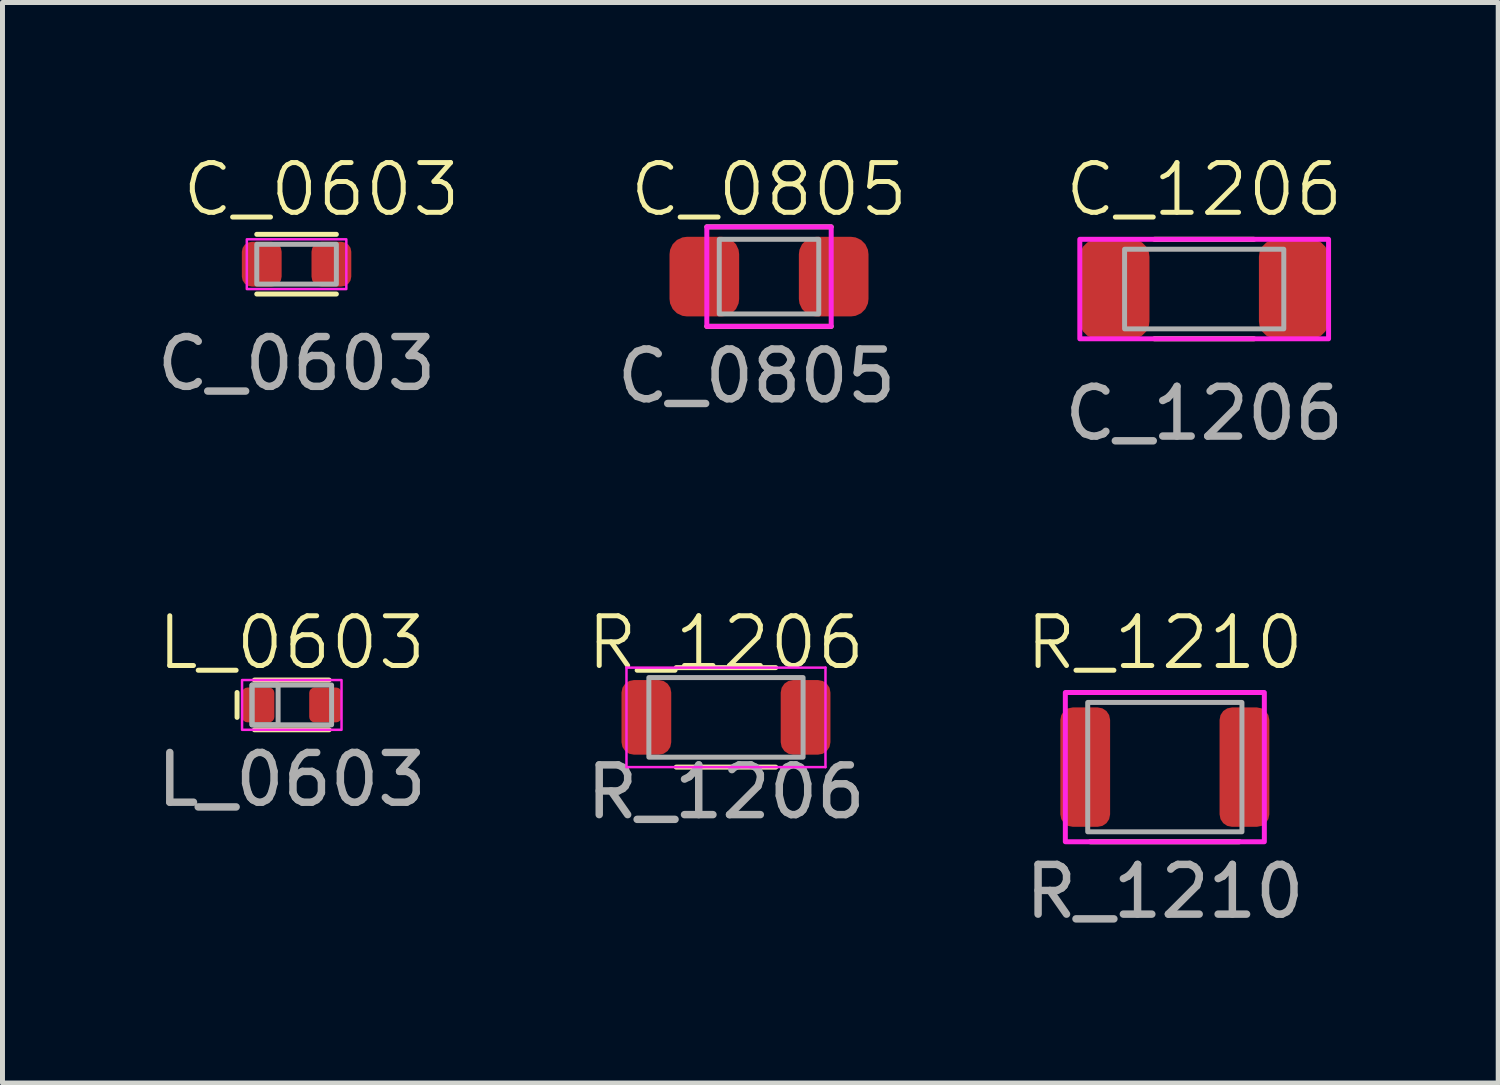
<source format=kicad_pcb>
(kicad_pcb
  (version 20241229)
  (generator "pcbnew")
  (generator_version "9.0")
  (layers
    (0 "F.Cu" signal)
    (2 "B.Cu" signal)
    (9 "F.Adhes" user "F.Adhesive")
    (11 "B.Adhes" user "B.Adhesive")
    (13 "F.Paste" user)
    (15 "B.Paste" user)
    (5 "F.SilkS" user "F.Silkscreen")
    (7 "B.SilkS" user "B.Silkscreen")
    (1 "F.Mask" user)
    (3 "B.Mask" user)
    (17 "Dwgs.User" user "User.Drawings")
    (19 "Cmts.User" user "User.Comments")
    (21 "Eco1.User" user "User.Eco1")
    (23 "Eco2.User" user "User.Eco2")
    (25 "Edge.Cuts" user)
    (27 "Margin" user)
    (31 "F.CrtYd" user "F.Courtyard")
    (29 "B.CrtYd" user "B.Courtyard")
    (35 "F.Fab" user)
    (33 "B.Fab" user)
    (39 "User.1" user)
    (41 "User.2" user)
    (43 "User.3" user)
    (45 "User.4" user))
  (footprint "C_1206"
    (layer "F.Cu")
    (at 21.154 2.76)
    (property "Reference" "C_1206" (at 0 -2 0) (unlocked yes) (layer "F.SilkS") (effects (font (size 1 1) (thickness 0.1))))
    (attr smd)
    (fp_line (start -1 -1) (end 1 -1) (stroke (width 0.1) (type default)) (layer "F.SilkS"))
    (fp_line (start -1 1) (end 1 1) (stroke (width 0.1) (type default)) (layer "F.SilkS"))
    (fp_rect (start -2.5 -1) (end 2.5 1) (stroke (width 0.1) (type default)) (fill no) (layer "F.CrtYd"))
    (fp_rect (start 1.6 -0.8) (end -1.6 0.8) (stroke (width 0.1) (type default)) (fill no) (layer "F.Fab"))
    (fp_text user "${REFERENCE}" (at 0 2.5 0) (unlocked yes) (layer "F.Fab") (effects (font (size 1 1) (thickness 0.15))))
    (pad "1" smd roundrect (at -1.8 0) (size 1.4 2) (layers "F.Cu" "F.Mask" "F.Paste") (roundrect_rratio 0.25))
    (pad "2" smd roundrect (at 1.8 0) (size 1.4 2) (layers "F.Cu" "F.Mask" "F.Paste") (roundrect_rratio 0.25)))
  (footprint "R_1206"
    (layer "F.Cu")
    (at 11.542 11.369)
    (property "Reference" "R_1206" (at 0 -1.5 0) (unlocked yes) (layer "F.SilkS") (effects (font (size 1 1) (thickness 0.1))))
    (attr smd)
    (fp_line (start -1 -1) (end 1 -1) (stroke (width 0.1) (type default)) (layer "F.SilkS"))
    (fp_line (start 1 1) (end -1 1) (stroke (width 0.1) (type default)) (layer "F.SilkS"))
    (fp_line (start -2 -1) (end -2 1) (stroke (width 0.05) (type default)) (layer "F.CrtYd"))
    (fp_line (start -2 1) (end 2 1) (stroke (width 0.05) (type default)) (layer "F.CrtYd"))
    (fp_line (start 2 -1) (end -2 -1) (stroke (width 0.05) (type default)) (layer "F.CrtYd"))
    (fp_line (start 2 1) (end 2 -1) (stroke (width 0.05) (type default)) (layer "F.CrtYd"))
    (fp_rect (start -1.55 0.8) (end 1.55 -0.8) (stroke (width 0.1) (type default)) (fill no) (layer "F.Fab"))
    (fp_text user "${REFERENCE}" (at 0 1.5 0) (unlocked yes) (layer "F.Fab") (effects (font (size 1 1) (thickness 0.15))))
    (pad "1" smd roundrect (at -1.6 0) (size 1 1.5) (layers "F.Cu" "F.Mask" "F.Paste") (roundrect_rratio 0.25))
    (pad "2" smd roundrect (at 1.6 0) (size 1 1.5) (layers "F.Cu" "F.Mask" "F.Paste") (roundrect_rratio 0.25)))
  (footprint "C_0603"
    (layer "F.Cu")
    (at 2.911 2.26)
    (property "Reference" "C_0603" (at 0.5 -1.5 0) (unlocked yes) (layer "F.SilkS") (effects (font (size 1 1) (thickness 0.1))))
    (attr smd)
    (fp_line (start -0.8 -0.6) (end 0.8 -0.6) (stroke (width 0.1) (type default)) (layer "F.SilkS"))
    (fp_line (start 0.8 0.6) (end -0.8 0.6) (stroke (width 0.1) (type default)) (layer "F.SilkS"))
    (fp_rect (start -1 -0.5) (end 1 0.5) (stroke (width 0.05) (type default)) (fill no) (layer "F.CrtYd"))
    (fp_rect (start -0.8 -0.4) (end 0.8 0.4) (stroke (width 0.1) (type default)) (fill no) (layer "F.Fab"))
    (fp_text user "${REFERENCE}" (at 0 2 0) (unlocked yes) (layer "F.Fab") (effects (font (size 1 1) (thickness 0.15))))
    (pad "1" smd roundrect (at -0.7 0) (size 0.8 0.9) (layers "F.Cu" "F.Mask" "F.Paste") (roundrect_rratio 0.25))
    (pad "2" smd roundrect (at 0.7 0) (size 0.8 0.9) (layers "F.Cu" "F.Mask" "F.Paste") (roundrect_rratio 0.25)))
  (footprint "C_0805"
    (layer "F.Cu")
    (at 12.407 2.51)
    (property "Reference" "C_0805" (at 0 -1.75 0) (unlocked yes) (layer "F.SilkS") (effects (font (size 1 1) (thickness 0.1))))
    (attr smd)
    (fp_line (start -1.25 -1) (end 1.25 -1) (stroke (width 0.1) (type default)) (layer "F.SilkS"))
    (fp_line (start -1.25 1) (end 1.25 1) (stroke (width 0.1) (type default)) (layer "F.SilkS"))
    (fp_rect (start -1.25 -1) (end 1.25 1) (stroke (width 0.1) (type default)) (fill no) (layer "F.CrtYd"))
    (fp_rect (start -1 -0.75) (end 1 0.75) (stroke (width 0.1) (type default)) (fill no) (layer "F.Fab"))
    (fp_text user "${REFERENCE}" (at -0.25 2 0) (unlocked yes) (layer "F.Fab") (effects (font (size 1 1) (thickness 0.15))))
    (pad "1" smd roundrect (at -1.3 0) (size 1.4 1.6) (layers "F.Cu" "F.Mask" "F.Paste") (roundrect_rratio 0.25))
    (pad "2" smd roundrect (at 1.3 0) (size 1.4 1.6) (layers "F.Cu" "F.Mask" "F.Paste") (roundrect_rratio 0.25)))
  (footprint "L_0603"
    (layer "F.Cu")
    (at 2.815 11.119)
    (property "Reference" "L_0603" (at 0 -1.25 0) (unlocked yes) (layer "F.SilkS") (effects (font (size 1 1) (thickness 0.1))))
    (attr smd)
    (fp_line (start -1.1 -0.25) (end -1.1 0.25) (stroke (width 0.1) (type default)) (layer "F.SilkS"))
    (fp_line (start -0.75 -0.5) (end 0.75 -0.5) (stroke (width 0.1) (type default)) (layer "F.SilkS"))
    (fp_line (start -0.75 0.5) (end 0.75 0.5) (stroke (width 0.1) (type default)) (layer "F.SilkS"))
    (fp_rect (start -1 -0.5) (end 1 0.5) (stroke (width 0.05) (type default)) (fill no) (layer "F.CrtYd"))
    (fp_rect (start -0.8 -0.4) (end -0.275 0.4) (stroke (width 0.1) (type default)) (fill no) (layer "F.Fab"))
    (fp_rect (start -0.8 -0.4) (end 0.8 0.4) (stroke (width 0.1) (type default)) (fill no) (layer "F.Fab"))
    (fp_text user "${REFERENCE}" (at 0 1.5 0) (unlocked yes) (layer "F.Fab") (effects (font (size 1 1) (thickness 0.15))))
    (pad "1" smd roundrect (at -0.675 0) (size 0.65 0.7) (layers "F.Cu" "F.Mask" "F.Paste") (roundrect_rratio 0.167))
    (pad "2" smd roundrect (at 0.675 0) (size 0.65 0.7) (layers "F.Cu" "F.Mask" "F.Paste") (roundrect_rratio 0.167)))
  (footprint "R_1210"
    (layer "F.Cu")
    (at 20.363 12.369)
    (property "Reference" "R_1210" (at 0 -2.5 0) (unlocked yes) (layer "F.SilkS") (effects (font (size 1 1) (thickness 0.1))))
    (attr smd)
    (fp_line (start -1.5 -1.5) (end 1.5 -1.5) (stroke (width 0.1) (type default)) (layer "F.SilkS"))
    (fp_line (start 1.5 1.5) (end -1.5 1.5) (stroke (width 0.1) (type default)) (layer "F.SilkS"))
    (fp_rect (start -2 -1.5) (end 2 1.5) (stroke (width 0.1) (type default)) (fill no) (layer "F.CrtYd"))
    (fp_rect (start -1.55 -1.3) (end 1.55 1.3) (stroke (width 0.1) (type default)) (fill no) (layer "F.Fab"))
    (fp_text user "${REFERENCE}" (at 0 2.5 0) (unlocked yes) (layer "F.Fab") (effects (font (size 1 1) (thickness 0.15))))
    (pad "1" smd roundrect (at -1.6 0) (size 1 2.4) (layers "F.Cu" "F.Mask" "F.Paste") (roundrect_rratio 0.25))
    (pad "2" smd roundrect (at 1.6 0) (size 1 2.4) (layers "F.Cu" "F.Mask" "F.Paste") (roundrect_rratio 0.25)))
  (gr_rect
    (start -3 -3)
    (end 27.064 18.718)
    (stroke (width 0.1) (type default))
    (fill no)
    (layer "Edge.Cuts")))
</source>
